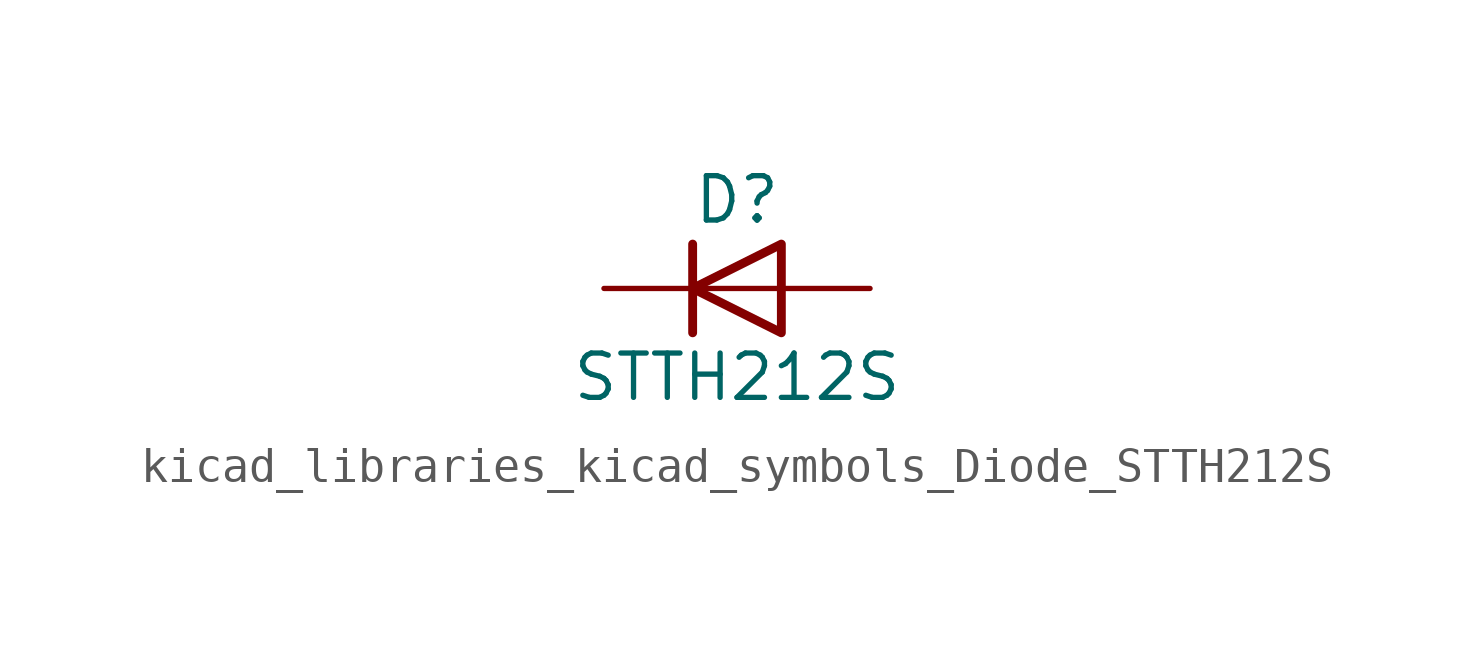
<source format=kicad_sym>
(kicad_symbol_lib
  (version 20220914)
  (generator kicad_symbol_editor)
  (symbol "kicad_libraries_kicad_symbols_Diode_STTH212S"
    (pin_numbers hide)
    (pin_names
      (offset 1.016) hide)
    (property "Reference" "D"
      (at 0 2.54 0)
      (effects (font (size 1.27 1.27))))
    (property "Value" "STTH212S"
      (at 0 -2.54 0)
      (effects (font (size 1.27 1.27))))
    (symbol "kicad_libraries_kicad_symbols_Diode_STTH212S_0_1"
      (polyline (pts (xy -1.27 1.27) (xy -1.27 -1.27)) (stroke (width 0.254) (type default)) (fill (type none)))
      (polyline (pts (xy 1.27 0) (xy -1.27 0)) (stroke (width 0) (type default)) (fill (type none)))
      (polyline (pts (xy 1.27 1.27) (xy 1.27 -1.27) (xy -1.27 0) (xy 1.27 1.27)) (stroke (width 0.254) (type default)) (fill (type none))))
    (symbol "kicad_libraries_kicad_symbols_Diode_STTH212S_1_1"
      (pin passive line (at -3.81 0 0) (length 2.54) (name "K" (effects (font (size 1.27 1.27)))) (number "1" (effects (font (size 1.27 1.27)))))
      (pin passive line (at 3.81 0 180) (length 2.54) (name "A" (effects (font (size 1.27 1.27)))) (number "2" (effects (font (size 1.27 1.27))))))))
</source>
